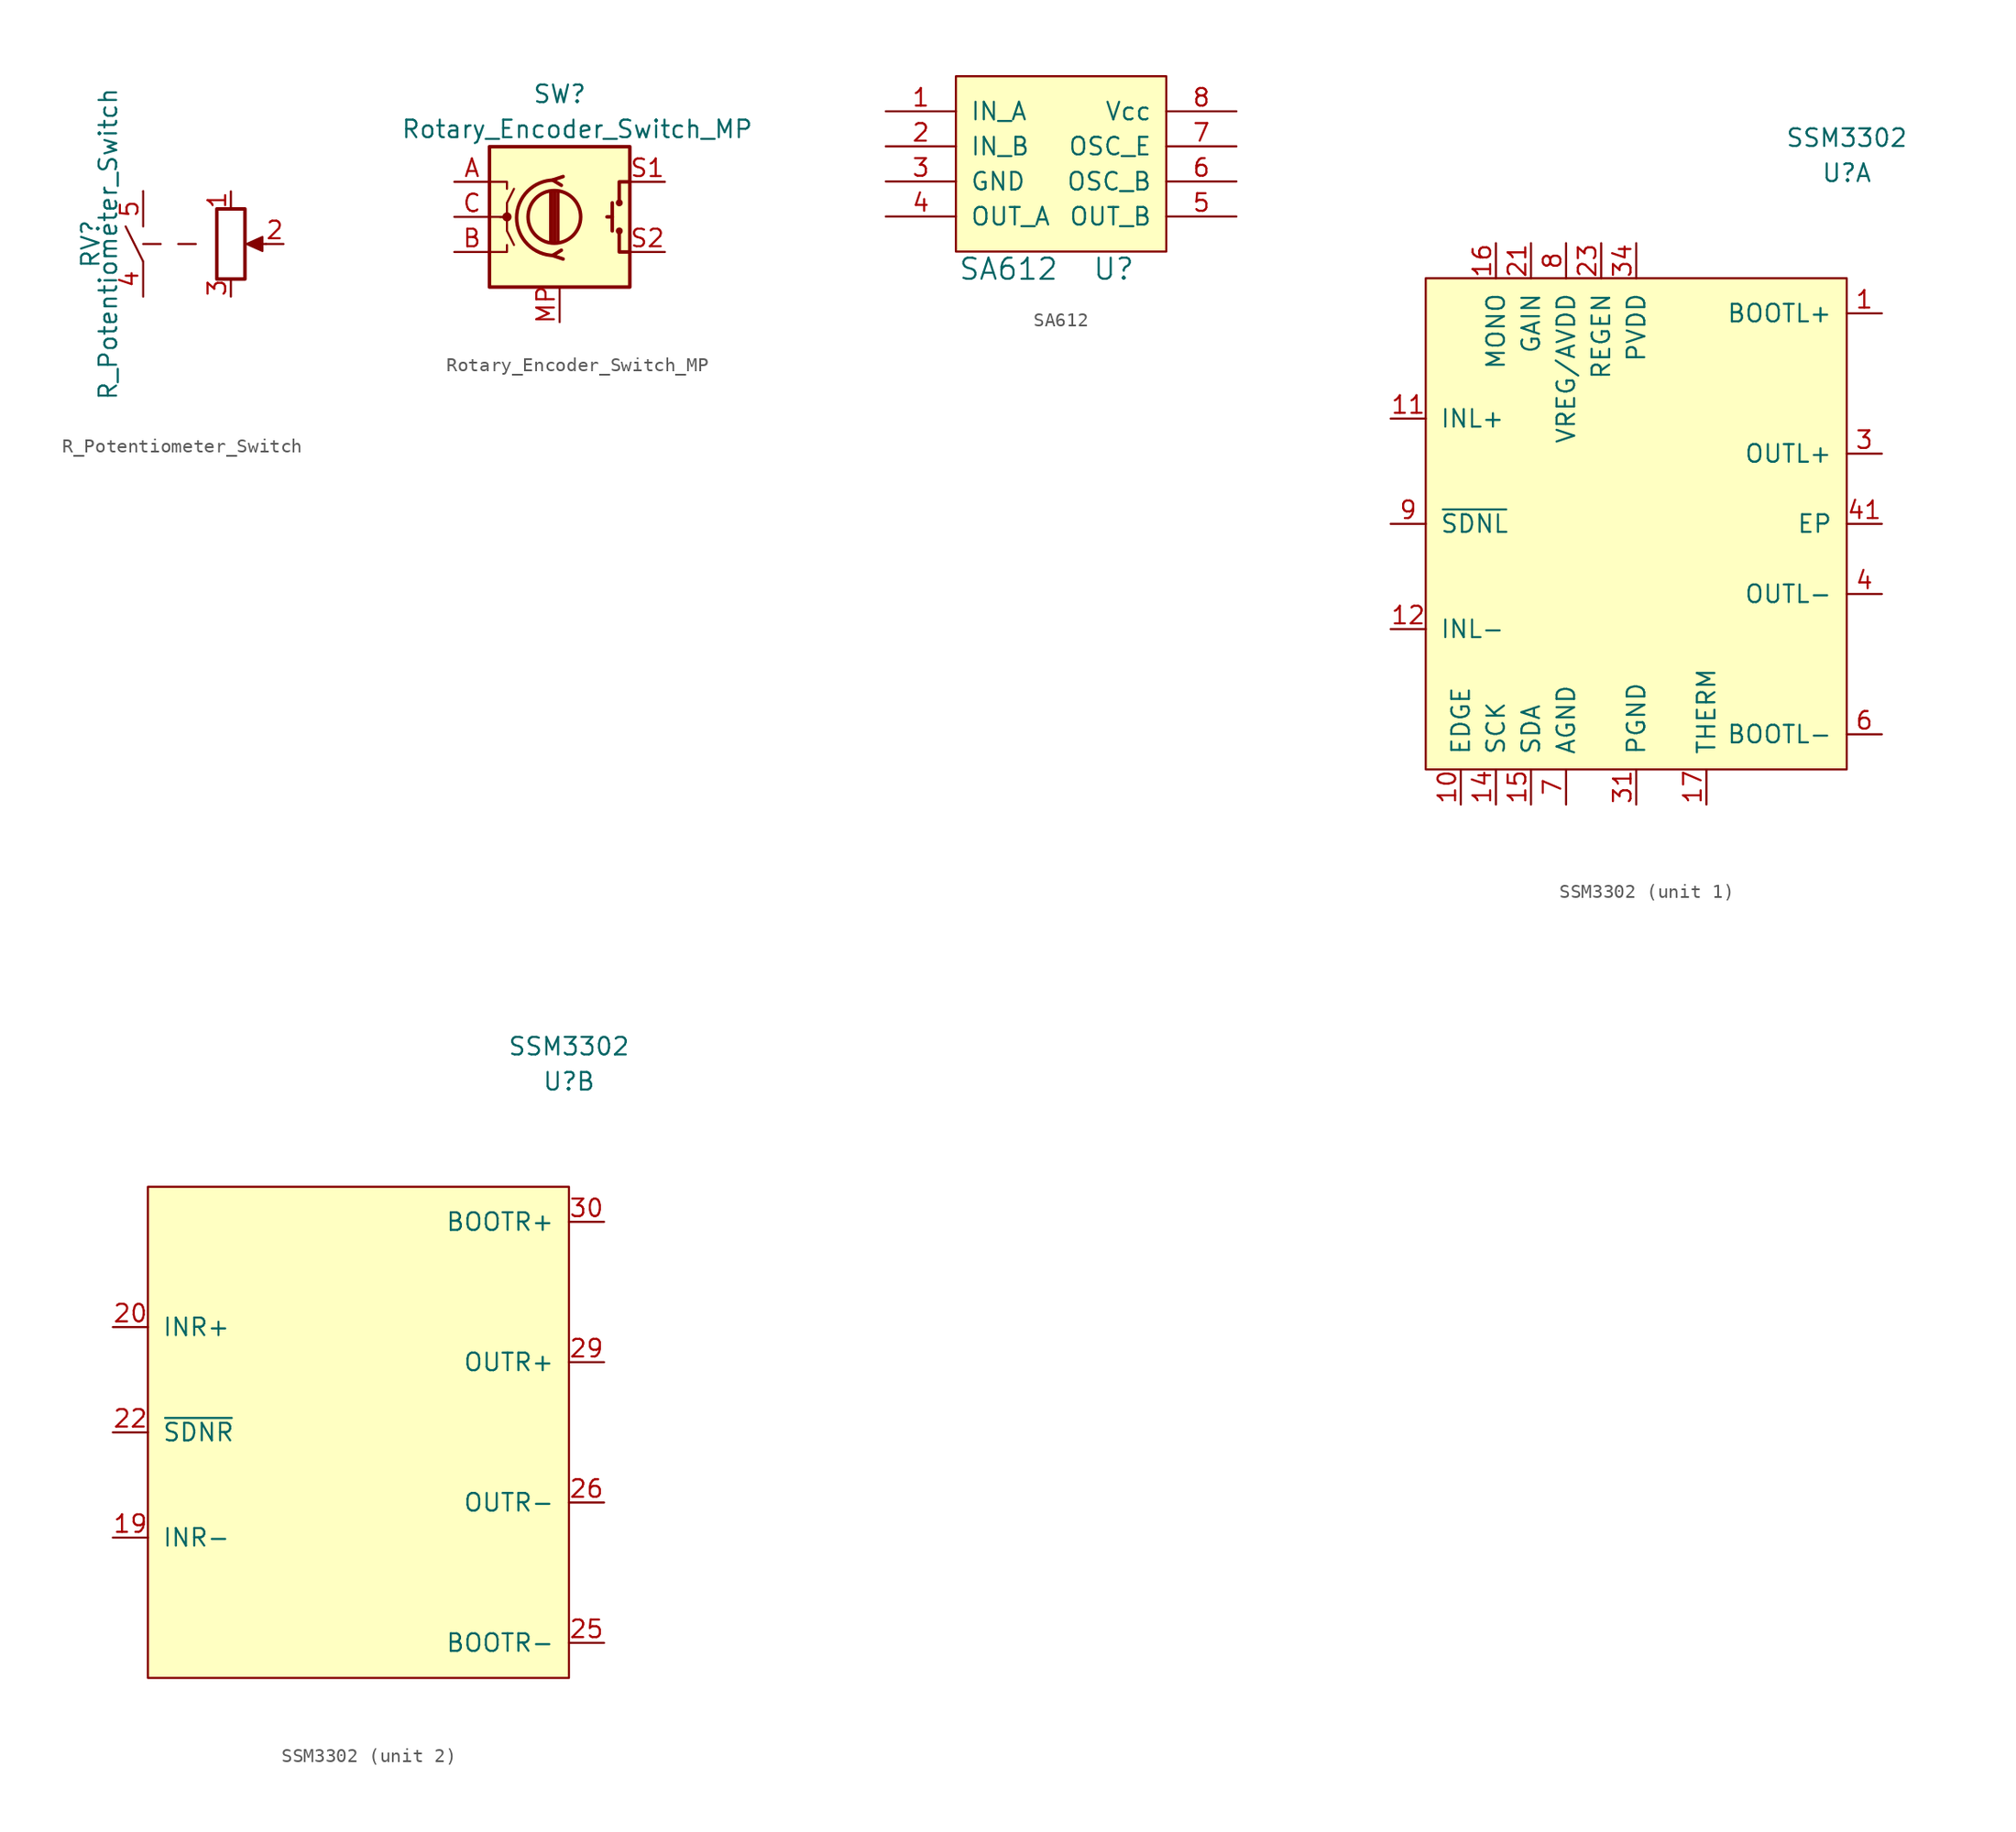
<source format=kicad_sym>
(kicad_symbol_lib
  (version 20220914)
  (generator kicad_symbol_editor)
  (symbol "R_Potentiometer_Switch"
    (pin_names
      (offset 1.016) hide)
    (property "Reference" "RV"
      (at -10.16 0 90)
      (effects (font (size 1.27 1.27))))
    (property "Value" "R_Potentiometer_Switch"
      (at -8.89 0 90)
      (effects (font (size 1.27 1.27))))
    (symbol "R_Potentiometer_Switch_0_1"
      (polyline (pts (xy -6.35 -1.27) (xy -7.62 1.27)) (stroke (width 0) (type default)) (fill (type none)))
      (polyline (pts (xy -6.35 0) (xy -5.08 0)) (stroke (width 0) (type default)) (fill (type none)))
      (polyline (pts (xy -6.35 3.81) (xy -6.35 3.81)) (stroke (width 0) (type default)) (fill (type none)))
      (polyline (pts (xy -3.81 0) (xy -2.54 0)) (stroke (width 0) (type default)) (fill (type none)))
      (polyline (pts (xy 2.54 0) (xy 1.524 0)) (stroke (width 0) (type default)) (fill (type none)))
      (polyline (pts (xy 1.143 0) (xy 2.286 0.508) (xy 2.286 -0.508) (xy 1.143 0)) (stroke (width 0) (type default)) (fill (type outline)))
      (rectangle (start 1.016 2.54) (end -1.016 -2.54) (stroke (width 0.254) (type default)) (fill (type none))))
    (symbol "R_Potentiometer_Switch_1_1"
      (pin passive line (at 0 3.81 270) (length 1.27) (name "1" (effects (font (size 1.27 1.27)))) (number "1" (effects (font (size 1.27 1.27)))))
      (pin passive line (at 3.81 0 180) (length 1.27) (name "2" (effects (font (size 1.27 1.27)))) (number "2" (effects (font (size 1.27 1.27)))))
      (pin passive line (at 0 -3.81 90) (length 1.27) (name "3" (effects (font (size 1.27 1.27)))) (number "3" (effects (font (size 1.27 1.27)))))
      (pin passive line (at -6.35 -3.81 90) (length 2.54) (name "S2" (effects (font (size 1.27 1.27)))) (number "4" (effects (font (size 1.27 1.27)))))
      (pin passive line (at -6.35 3.81 270) (length 2.54) (name "S1" (effects (font (size 1.27 1.27)))) (number "5" (effects (font (size 1.27 1.27)))))))
  (symbol "Rotary_Encoder_Switch_MP"
    (pin_names
      (offset 0.254) hide)
    (property "Reference" "SW"
      (at 0 8.89 0)
      (effects (font (size 1.27 1.27))))
    (property "Value" "Rotary_Encoder_Switch_MP"
      (at 1.27 6.35 0)
      (effects (font (size 1.27 1.27))))
    (symbol "Rotary_Encoder_Switch_MP_0_1"
      (rectangle (start -5.08 5.08) (end 5.08 -5.08) (stroke (width 0.254) (type default)) (fill (type background)))
      (circle (center -3.81 0) (radius 0.254) (stroke (width 0) (type default)) (fill (type outline)))
      (circle (center -0.381 0) (radius 1.905) (stroke (width 0.254) (type default)) (fill (type none)))
      (arc (start -0.381 2.667) (mid -3.0988 -0.0635) (end -0.381 -2.794) (stroke (width 0.254) (type default)) (fill (type none)))
      (polyline (pts (xy -0.635 -1.778) (xy -0.635 1.778)) (stroke (width 0.254) (type default)) (fill (type none)))
      (polyline (pts (xy -0.381 -1.778) (xy -0.381 1.778)) (stroke (width 0.254) (type default)) (fill (type none)))
      (polyline (pts (xy -0.127 1.778) (xy -0.127 -1.778)) (stroke (width 0.254) (type default)) (fill (type none)))
      (polyline (pts (xy 3.81 0) (xy 3.429 0)) (stroke (width 0.254) (type default)) (fill (type none)))
      (polyline (pts (xy 3.81 1.016) (xy 3.81 -1.016)) (stroke (width 0.254) (type default)) (fill (type none)))
      (polyline (pts (xy -5.08 -2.54) (xy -3.81 -2.54) (xy -3.81 -2.032)) (stroke (width 0) (type default)) (fill (type none)))
      (polyline (pts (xy -5.08 2.54) (xy -3.81 2.54) (xy -3.81 2.032)) (stroke (width 0) (type default)) (fill (type none)))
      (polyline (pts (xy 0.254 -3.048) (xy -0.508 -2.794) (xy 0.127 -2.413)) (stroke (width 0.254) (type default)) (fill (type none)))
      (polyline (pts (xy 0.254 2.921) (xy -0.508 2.667) (xy 0.127 2.286)) (stroke (width 0.254) (type default)) (fill (type none)))
      (polyline (pts (xy 5.08 -2.54) (xy 4.318 -2.54) (xy 4.318 -1.016)) (stroke (width 0.254) (type default)) (fill (type none)))
      (polyline (pts (xy 5.08 2.54) (xy 4.318 2.54) (xy 4.318 1.016)) (stroke (width 0.254) (type default)) (fill (type none)))
      (polyline (pts (xy -5.08 0) (xy -3.81 0) (xy -3.81 -1.016) (xy -3.302 -2.032)) (stroke (width 0) (type default)) (fill (type none)))
      (polyline (pts (xy -4.318 0) (xy -3.81 0) (xy -3.81 1.016) (xy -3.302 2.032)) (stroke (width 0) (type default)) (fill (type none)))
      (circle (center 4.318 -1.016) (radius 0.127) (stroke (width 0.254) (type default)) (fill (type none)))
      (circle (center 4.318 1.016) (radius 0.127) (stroke (width 0.254) (type default)) (fill (type none))))
    (symbol "Rotary_Encoder_Switch_MP_1_1"
      (pin passive line (at -7.62 2.54 0) (length 2.54) (name "A" (effects (font (size 1.27 1.27)))) (number "A" (effects (font (size 1.27 1.27)))))
      (pin passive line (at -7.62 -2.54 0) (length 2.54) (name "B" (effects (font (size 1.27 1.27)))) (number "B" (effects (font (size 1.27 1.27)))))
      (pin passive line (at -7.62 0 0) (length 2.54) (name "C" (effects (font (size 1.27 1.27)))) (number "C" (effects (font (size 1.27 1.27)))))
      (pin passive line (at 0 -7.62 90) (length 2.54) (name "MP" (effects (font (size 1.27 1.27)))) (number "MP" (effects (font (size 1.27 1.27)))))
      (pin passive line (at 7.62 2.54 180) (length 2.54) (name "S1" (effects (font (size 1.27 1.27)))) (number "S1" (effects (font (size 1.27 1.27)))))
      (pin passive line (at 7.62 -2.54 180) (length 2.54) (name "S2" (effects (font (size 1.27 1.27)))) (number "S2" (effects (font (size 1.27 1.27)))))))
  (symbol "SA612"
    (pin_names
      (offset 1.016))
    (property "Reference" "U"
      (at 3.81 -7.62 0)
      (effects (font (size 1.524 1.524))))
    (property "Value" "SA612"
      (at -3.81 -7.62 0)
      (effects (font (size 1.524 1.524))))
    (symbol "SA612_0_1"
      (rectangle (start -7.62 6.35) (end 7.62 -6.35) (stroke (width 0) (type default)) (fill (type background))))
    (symbol "SA612_1_1"
      (pin input line (at -12.7 3.81 0) (length 5.08) (name "IN_A" (effects (font (size 1.27 1.27)))) (number "1" (effects (font (size 1.27 1.27)))))
      (pin input line (at -12.7 1.27 0) (length 5.08) (name "IN_B" (effects (font (size 1.27 1.27)))) (number "2" (effects (font (size 1.27 1.27)))))
      (pin power_in line (at -12.7 -1.27 0) (length 5.08) (name "GND" (effects (font (size 1.27 1.27)))) (number "3" (effects (font (size 1.27 1.27)))))
      (pin output line (at -12.7 -3.81 0) (length 5.08) (name "OUT_A" (effects (font (size 1.27 1.27)))) (number "4" (effects (font (size 1.27 1.27)))))
      (pin output line (at 12.7 -3.81 180) (length 5.08) (name "OUT_B" (effects (font (size 1.27 1.27)))) (number "5" (effects (font (size 1.27 1.27)))))
      (pin input line (at 12.7 -1.27 180) (length 5.08) (name "OSC_B" (effects (font (size 1.27 1.27)))) (number "6" (effects (font (size 1.27 1.27)))))
      (pin open_emitter line (at 12.7 1.27 180) (length 5.08) (name "OSC_E" (effects (font (size 1.27 1.27)))) (number "7" (effects (font (size 1.27 1.27)))))
      (pin power_in line (at 12.7 3.81 180) (length 5.08) (name "Vcc" (effects (font (size 1.27 1.27)))) (number "8" (effects (font (size 1.27 1.27)))))))
  (symbol "SSM3302"
    (pin_names
      (offset 1.016))
    (property "Reference" "U"
      (at 15.24 25.4 0)
      (effects (font (size 1.27 1.27))))
    (property "Value" "SSM3302"
      (at 15.24 27.94 0)
      (effects (font (size 1.27 1.27))))
    (property "ki_locked" ""
      (at 0 0 0)
      (effects (font (size 1.27 1.27))))
    (symbol "SSM3302_0_1"
      (pin no_connect line (at 17.78 -12.7 180) (length 2.54) hide (name "NC" (effects (font (size 1.27 1.27)))) (number "13" (effects (font (size 1.27 1.27)))))
      (pin no_connect line (at 17.78 -10.16 180) (length 2.54) hide (name "NC" (effects (font (size 1.27 1.27)))) (number "18" (effects (font (size 1.27 1.27))))))
    (symbol "SSM3302_1_1"
      (rectangle (start -15.24 17.78) (end 15.24 -17.78) (stroke (width 0) (type default)) (fill (type background)))
      (pin bidirectional line (at 17.78 15.24 180) (length 2.54) (name "BOOTL+" (effects (font (size 1.27 1.27)))) (number "1" (effects (font (size 1.27 1.27)))))
      (pin input line (at -12.7 -20.32 90) (length 2.54) (name "EDGE" (effects (font (size 1.27 1.27)))) (number "10" (effects (font (size 1.27 1.27)))))
      (pin input line (at -17.78 7.62 0) (length 2.54) (name "INL+" (effects (font (size 1.27 1.27)))) (number "11" (effects (font (size 1.27 1.27)))))
      (pin input line (at -17.78 -7.62 0) (length 2.54) (name "INL-" (effects (font (size 1.27 1.27)))) (number "12" (effects (font (size 1.27 1.27)))))
      (pin passive line (at -10.16 -20.32 90) (length 2.54) (name "SCK" (effects (font (size 1.27 1.27)))) (number "14" (effects (font (size 1.27 1.27)))))
      (pin passive line (at -7.62 -20.32 90) (length 2.54) (name "SDA" (effects (font (size 1.27 1.27)))) (number "15" (effects (font (size 1.27 1.27)))))
      (pin passive line (at -10.16 20.32 270) (length 2.54) (name "MONO" (effects (font (size 1.27 1.27)))) (number "16" (effects (font (size 1.27 1.27)))))
      (pin open_collector line (at 5.08 -20.32 90) (length 2.54) (name "THERM" (effects (font (size 1.27 1.27)))) (number "17" (effects (font (size 1.27 1.27)))))
      (pin passive line (at 17.78 5.08 180) (length 2.54) hide (name "OUTL+" (effects (font (size 1.27 1.27)))) (number "2" (effects (font (size 1.27 1.27)))))
      (pin input line (at -7.62 20.32 270) (length 2.54) (name "GAIN" (effects (font (size 1.27 1.27)))) (number "21" (effects (font (size 1.27 1.27)))))
      (pin input line (at -2.54 20.32 270) (length 2.54) (name "REGEN" (effects (font (size 1.27 1.27)))) (number "23" (effects (font (size 1.27 1.27)))))
      (pin passive line (at -5.08 -20.32 90) (length 2.54) hide (name "AGND" (effects (font (size 1.27 1.27)))) (number "24" (effects (font (size 1.27 1.27)))))
      (pin output line (at 17.78 5.08 180) (length 2.54) (name "OUTL+" (effects (font (size 1.27 1.27)))) (number "3" (effects (font (size 1.27 1.27)))))
      (pin power_out line (at 0 -20.32 90) (length 2.54) (name "PGND" (effects (font (size 1.27 1.27)))) (number "31" (effects (font (size 1.27 1.27)))))
      (pin passive line (at 0 -20.32 90) (length 2.54) hide (name "PGND" (effects (font (size 1.27 1.27)))) (number "32" (effects (font (size 1.27 1.27)))))
      (pin passive line (at 0 -20.32 90) (length 2.54) hide (name "PGND" (effects (font (size 1.27 1.27)))) (number "33" (effects (font (size 1.27 1.27)))))
      (pin power_in line (at 0 20.32 270) (length 2.54) (name "PVDD" (effects (font (size 1.27 1.27)))) (number "34" (effects (font (size 1.27 1.27)))))
      (pin passive line (at 0 20.32 270) (length 2.54) hide (name "PVDD" (effects (font (size 1.27 1.27)))) (number "35" (effects (font (size 1.27 1.27)))))
      (pin passive line (at 0 20.32 270) (length 2.54) hide (name "PVDD" (effects (font (size 1.27 1.27)))) (number "36" (effects (font (size 1.27 1.27)))))
      (pin passive line (at 0 20.32 270) (length 2.54) hide (name "PVDD" (effects (font (size 1.27 1.27)))) (number "37" (effects (font (size 1.27 1.27)))))
      (pin passive line (at 0 -20.32 90) (length 2.54) hide (name "PGND" (effects (font (size 1.27 1.27)))) (number "38" (effects (font (size 1.27 1.27)))))
      (pin passive line (at 0 -20.32 90) (length 2.54) hide (name "PGND" (effects (font (size 1.27 1.27)))) (number "39" (effects (font (size 1.27 1.27)))))
      (pin output line (at 17.78 -5.08 180) (length 2.54) (name "OUTL-" (effects (font (size 1.27 1.27)))) (number "4" (effects (font (size 1.27 1.27)))))
      (pin passive line (at 0 -20.32 90) (length 2.54) hide (name "PGND" (effects (font (size 1.27 1.27)))) (number "40" (effects (font (size 1.27 1.27)))))
      (pin passive line (at 17.78 0 180) (length 2.54) (name "EP" (effects (font (size 1.27 1.27)))) (number "41" (effects (font (size 1.27 1.27)))))
      (pin passive line (at 17.78 -5.08 180) (length 2.54) hide (name "OUTL-" (effects (font (size 1.27 1.27)))) (number "5" (effects (font (size 1.27 1.27)))))
      (pin bidirectional line (at 17.78 -15.24 180) (length 2.54) (name "BOOTL-" (effects (font (size 1.27 1.27)))) (number "6" (effects (font (size 1.27 1.27)))))
      (pin passive line (at -5.08 -20.32 90) (length 2.54) (name "AGND" (effects (font (size 1.27 1.27)))) (number "7" (effects (font (size 1.27 1.27)))))
      (pin bidirectional line (at -5.08 20.32 270) (length 2.54) (name "VREG/AVDD" (effects (font (size 1.27 1.27)))) (number "8" (effects (font (size 1.27 1.27)))))
      (pin input line (at -17.78 0 0) (length 2.54) (name "~{SDNL}" (effects (font (size 1.27 1.27)))) (number "9" (effects (font (size 1.27 1.27))))))
    (symbol "SSM3302_2_1"
      (rectangle (start -15.24 -17.78) (end 15.24 17.78) (stroke (width 0) (type default)) (fill (type background)))
      (pin input line (at -17.78 -7.62 0) (length 2.54) (name "INR-" (effects (font (size 1.27 1.27)))) (number "19" (effects (font (size 1.27 1.27)))))
      (pin input line (at -17.78 7.62 0) (length 2.54) (name "INR+" (effects (font (size 1.27 1.27)))) (number "20" (effects (font (size 1.27 1.27)))))
      (pin input line (at -17.78 0 0) (length 2.54) (name "~{SDNR}" (effects (font (size 1.27 1.27)))) (number "22" (effects (font (size 1.27 1.27)))))
      (pin bidirectional line (at 17.78 -15.24 180) (length 2.54) (name "BOOTR-" (effects (font (size 1.27 1.27)))) (number "25" (effects (font (size 1.27 1.27)))))
      (pin output line (at 17.78 -5.08 180) (length 2.54) (name "OUTR-" (effects (font (size 1.27 1.27)))) (number "26" (effects (font (size 1.27 1.27)))))
      (pin passive line (at 17.78 -5.08 180) (length 2.54) hide (name "OUTR-" (effects (font (size 1.27 1.27)))) (number "27" (effects (font (size 1.27 1.27)))))
      (pin passive line (at 17.78 5.08 180) (length 2.54) hide (name "OUTR+" (effects (font (size 1.27 1.27)))) (number "28" (effects (font (size 1.27 1.27)))))
      (pin output line (at 17.78 5.08 180) (length 2.54) (name "OUTR+" (effects (font (size 1.27 1.27)))) (number "29" (effects (font (size 1.27 1.27)))))
      (pin bidirectional line (at 17.78 15.24 180) (length 2.54) (name "BOOTR+" (effects (font (size 1.27 1.27)))) (number "30" (effects (font (size 1.27 1.27))))))))
</source>
